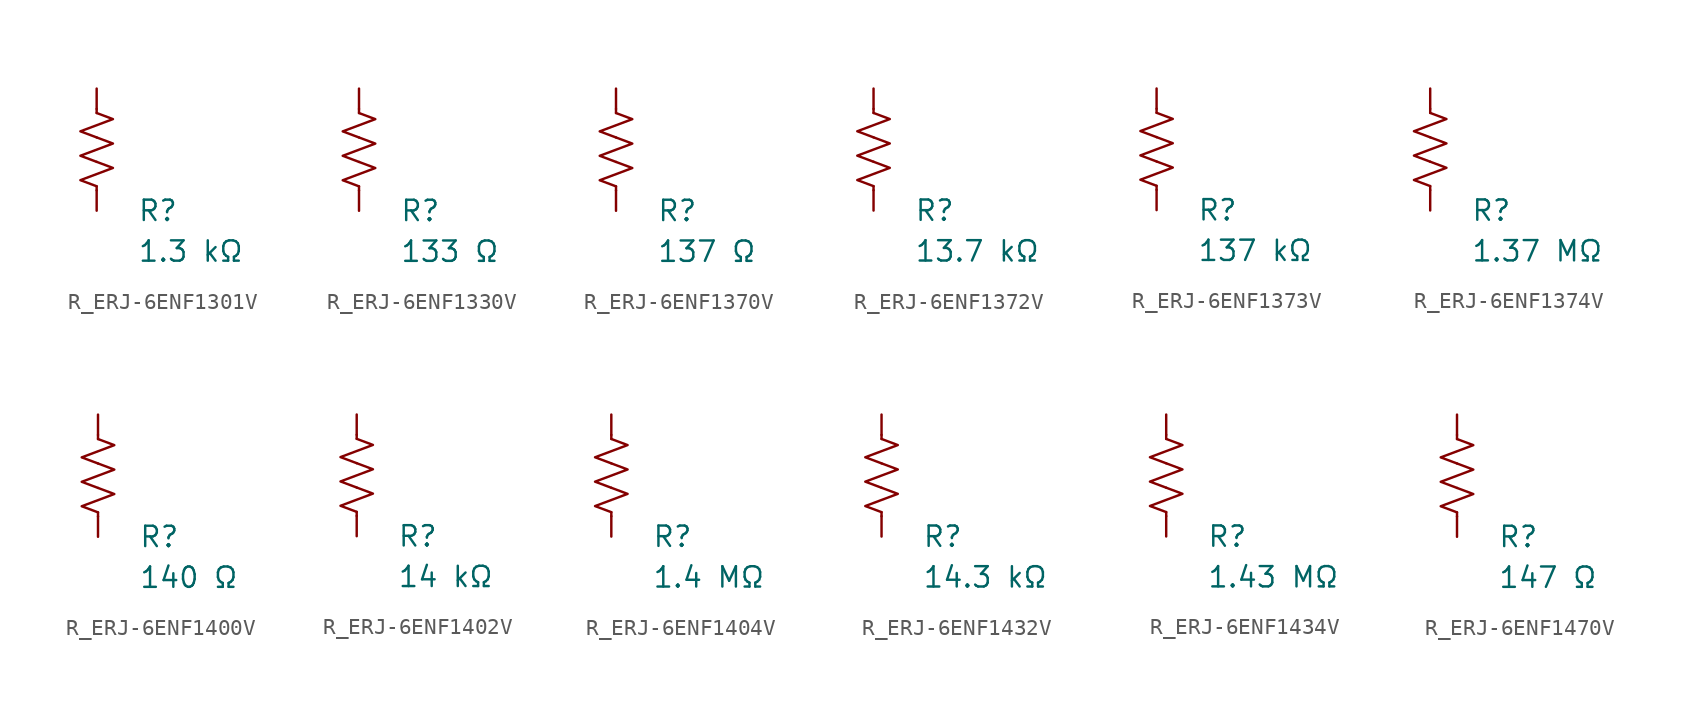
<source format=kicad_sym>
(kicad_symbol_lib
  (version 20231120)
  (generator "kicad_symbol_editor")
  (generator_version "8.0")
  (symbol "R_ERJ-6ENF1301V"
    (pin_numbers hide)
    (pin_names
      (offset 0))
    (property "Reference" "R"
      (at 2.54 -3.81 0)
      (effects (font (size 1.27 1.27)) (justify left))
      (show_name no))
    (property "Value" "1.3 kΩ"
      (at 2.54 -6.35 0)
      (effects (font (size 1.27 1.27)) (justify left))
      (show_name no))
    (symbol "R_ERJ-6ENF1301V_0_1"
      (polyline (pts (xy 0 -2.286) (xy 0 -2.54)) (stroke (width 0) (type default)) (fill (type none)))
      (polyline (pts (xy 0 2.286) (xy 0 2.54)) (stroke (width 0) (type default)) (fill (type none)))
      (polyline (pts (xy 0 -0.762) (xy 1.016 -1.143) (xy 0 -1.524) (xy -1.016 -1.905) (xy 0 -2.286)) (stroke (width 0) (type default)) (fill (type none)))
      (polyline (pts (xy 0 0.762) (xy 1.016 0.381) (xy 0 0) (xy -1.016 -0.381) (xy 0 -0.762)) (stroke (width 0) (type default)) (fill (type none)))
      (polyline (pts (xy 0 2.286) (xy 1.016 1.905) (xy 0 1.524) (xy -1.016 1.143) (xy 0 0.762)) (stroke (width 0) (type default)) (fill (type none))))
    (symbol "R_ERJ-6ENF1301V_1_1"
      (pin passive line (at 0 3.81 270) (length 1.27) (name "~" (effects (font (size 1.27 1.27)))) (number "1" (effects (font (size 1.27 1.27)))))
      (pin passive line (at 0 -3.81 90) (length 1.27) (name "~" (effects (font (size 1.27 1.27)))) (number "2" (effects (font (size 1.27 1.27)))))))
  (symbol "R_ERJ-6ENF1330V"
    (pin_numbers hide)
    (pin_names
      (offset 0))
    (property "Reference" "R"
      (at 2.54 -3.81 0)
      (effects (font (size 1.27 1.27)) (justify left))
      (show_name no))
    (property "Value" "133 Ω"
      (at 2.54 -6.35 0)
      (effects (font (size 1.27 1.27)) (justify left))
      (show_name no))
    (symbol "R_ERJ-6ENF1330V_0_1"
      (polyline (pts (xy 0 -2.286) (xy 0 -2.54)) (stroke (width 0) (type default)) (fill (type none)))
      (polyline (pts (xy 0 2.286) (xy 0 2.54)) (stroke (width 0) (type default)) (fill (type none)))
      (polyline (pts (xy 0 -0.762) (xy 1.016 -1.143) (xy 0 -1.524) (xy -1.016 -1.905) (xy 0 -2.286)) (stroke (width 0) (type default)) (fill (type none)))
      (polyline (pts (xy 0 0.762) (xy 1.016 0.381) (xy 0 0) (xy -1.016 -0.381) (xy 0 -0.762)) (stroke (width 0) (type default)) (fill (type none)))
      (polyline (pts (xy 0 2.286) (xy 1.016 1.905) (xy 0 1.524) (xy -1.016 1.143) (xy 0 0.762)) (stroke (width 0) (type default)) (fill (type none))))
    (symbol "R_ERJ-6ENF1330V_1_1"
      (pin passive line (at 0 3.81 270) (length 1.27) (name "~" (effects (font (size 1.27 1.27)))) (number "1" (effects (font (size 1.27 1.27)))))
      (pin passive line (at 0 -3.81 90) (length 1.27) (name "~" (effects (font (size 1.27 1.27)))) (number "2" (effects (font (size 1.27 1.27)))))))
  (symbol "R_ERJ-6ENF1370V"
    (pin_numbers hide)
    (pin_names
      (offset 0))
    (property "Reference" "R"
      (at 2.54 -3.81 0)
      (effects (font (size 1.27 1.27)) (justify left))
      (show_name no))
    (property "Value" "137 Ω"
      (at 2.54 -6.35 0)
      (effects (font (size 1.27 1.27)) (justify left))
      (show_name no))
    (symbol "R_ERJ-6ENF1370V_0_1"
      (polyline (pts (xy 0 -2.286) (xy 0 -2.54)) (stroke (width 0) (type default)) (fill (type none)))
      (polyline (pts (xy 0 2.286) (xy 0 2.54)) (stroke (width 0) (type default)) (fill (type none)))
      (polyline (pts (xy 0 -0.762) (xy 1.016 -1.143) (xy 0 -1.524) (xy -1.016 -1.905) (xy 0 -2.286)) (stroke (width 0) (type default)) (fill (type none)))
      (polyline (pts (xy 0 0.762) (xy 1.016 0.381) (xy 0 0) (xy -1.016 -0.381) (xy 0 -0.762)) (stroke (width 0) (type default)) (fill (type none)))
      (polyline (pts (xy 0 2.286) (xy 1.016 1.905) (xy 0 1.524) (xy -1.016 1.143) (xy 0 0.762)) (stroke (width 0) (type default)) (fill (type none))))
    (symbol "R_ERJ-6ENF1370V_1_1"
      (pin passive line (at 0 3.81 270) (length 1.27) (name "~" (effects (font (size 1.27 1.27)))) (number "1" (effects (font (size 1.27 1.27)))))
      (pin passive line (at 0 -3.81 90) (length 1.27) (name "~" (effects (font (size 1.27 1.27)))) (number "2" (effects (font (size 1.27 1.27)))))))
  (symbol "R_ERJ-6ENF1372V"
    (pin_numbers hide)
    (pin_names
      (offset 0))
    (property "Reference" "R"
      (at 2.54 -3.81 0)
      (effects (font (size 1.27 1.27)) (justify left))
      (show_name no))
    (property "Value" "13.7 kΩ"
      (at 2.54 -6.35 0)
      (effects (font (size 1.27 1.27)) (justify left))
      (show_name no))
    (symbol "R_ERJ-6ENF1372V_0_1"
      (polyline (pts (xy 0 -2.286) (xy 0 -2.54)) (stroke (width 0) (type default)) (fill (type none)))
      (polyline (pts (xy 0 2.286) (xy 0 2.54)) (stroke (width 0) (type default)) (fill (type none)))
      (polyline (pts (xy 0 -0.762) (xy 1.016 -1.143) (xy 0 -1.524) (xy -1.016 -1.905) (xy 0 -2.286)) (stroke (width 0) (type default)) (fill (type none)))
      (polyline (pts (xy 0 0.762) (xy 1.016 0.381) (xy 0 0) (xy -1.016 -0.381) (xy 0 -0.762)) (stroke (width 0) (type default)) (fill (type none)))
      (polyline (pts (xy 0 2.286) (xy 1.016 1.905) (xy 0 1.524) (xy -1.016 1.143) (xy 0 0.762)) (stroke (width 0) (type default)) (fill (type none))))
    (symbol "R_ERJ-6ENF1372V_1_1"
      (pin passive line (at 0 3.81 270) (length 1.27) (name "~" (effects (font (size 1.27 1.27)))) (number "1" (effects (font (size 1.27 1.27)))))
      (pin passive line (at 0 -3.81 90) (length 1.27) (name "~" (effects (font (size 1.27 1.27)))) (number "2" (effects (font (size 1.27 1.27)))))))
  (symbol "R_ERJ-6ENF1373V"
    (pin_numbers hide)
    (pin_names
      (offset 0))
    (property "Reference" "R"
      (at 2.54 -3.81 0)
      (effects (font (size 1.27 1.27)) (justify left))
      (show_name no))
    (property "Value" "137 kΩ"
      (at 2.54 -6.35 0)
      (effects (font (size 1.27 1.27)) (justify left))
      (show_name no))
    (symbol "R_ERJ-6ENF1373V_0_1"
      (polyline (pts (xy 0 -2.286) (xy 0 -2.54)) (stroke (width 0) (type default)) (fill (type none)))
      (polyline (pts (xy 0 2.286) (xy 0 2.54)) (stroke (width 0) (type default)) (fill (type none)))
      (polyline (pts (xy 0 -0.762) (xy 1.016 -1.143) (xy 0 -1.524) (xy -1.016 -1.905) (xy 0 -2.286)) (stroke (width 0) (type default)) (fill (type none)))
      (polyline (pts (xy 0 0.762) (xy 1.016 0.381) (xy 0 0) (xy -1.016 -0.381) (xy 0 -0.762)) (stroke (width 0) (type default)) (fill (type none)))
      (polyline (pts (xy 0 2.286) (xy 1.016 1.905) (xy 0 1.524) (xy -1.016 1.143) (xy 0 0.762)) (stroke (width 0) (type default)) (fill (type none))))
    (symbol "R_ERJ-6ENF1373V_1_1"
      (pin passive line (at 0 3.81 270) (length 1.27) (name "~" (effects (font (size 1.27 1.27)))) (number "1" (effects (font (size 1.27 1.27)))))
      (pin passive line (at 0 -3.81 90) (length 1.27) (name "~" (effects (font (size 1.27 1.27)))) (number "2" (effects (font (size 1.27 1.27)))))))
  (symbol "R_ERJ-6ENF1374V"
    (pin_numbers hide)
    (pin_names
      (offset 0))
    (property "Reference" "R"
      (at 2.54 -3.81 0)
      (effects (font (size 1.27 1.27)) (justify left))
      (show_name no))
    (property "Value" "1.37 MΩ"
      (at 2.54 -6.35 0)
      (effects (font (size 1.27 1.27)) (justify left))
      (show_name no))
    (symbol "R_ERJ-6ENF1374V_0_1"
      (polyline (pts (xy 0 -2.286) (xy 0 -2.54)) (stroke (width 0) (type default)) (fill (type none)))
      (polyline (pts (xy 0 2.286) (xy 0 2.54)) (stroke (width 0) (type default)) (fill (type none)))
      (polyline (pts (xy 0 -0.762) (xy 1.016 -1.143) (xy 0 -1.524) (xy -1.016 -1.905) (xy 0 -2.286)) (stroke (width 0) (type default)) (fill (type none)))
      (polyline (pts (xy 0 0.762) (xy 1.016 0.381) (xy 0 0) (xy -1.016 -0.381) (xy 0 -0.762)) (stroke (width 0) (type default)) (fill (type none)))
      (polyline (pts (xy 0 2.286) (xy 1.016 1.905) (xy 0 1.524) (xy -1.016 1.143) (xy 0 0.762)) (stroke (width 0) (type default)) (fill (type none))))
    (symbol "R_ERJ-6ENF1374V_1_1"
      (pin passive line (at 0 3.81 270) (length 1.27) (name "~" (effects (font (size 1.27 1.27)))) (number "1" (effects (font (size 1.27 1.27)))))
      (pin passive line (at 0 -3.81 90) (length 1.27) (name "~" (effects (font (size 1.27 1.27)))) (number "2" (effects (font (size 1.27 1.27)))))))
  (symbol "R_ERJ-6ENF1400V"
    (pin_numbers hide)
    (pin_names
      (offset 0))
    (property "Reference" "R"
      (at 2.54 -3.81 0)
      (effects (font (size 1.27 1.27)) (justify left))
      (show_name no))
    (property "Value" "140 Ω"
      (at 2.54 -6.35 0)
      (effects (font (size 1.27 1.27)) (justify left))
      (show_name no))
    (symbol "R_ERJ-6ENF1400V_0_1"
      (polyline (pts (xy 0 -2.286) (xy 0 -2.54)) (stroke (width 0) (type default)) (fill (type none)))
      (polyline (pts (xy 0 2.286) (xy 0 2.54)) (stroke (width 0) (type default)) (fill (type none)))
      (polyline (pts (xy 0 -0.762) (xy 1.016 -1.143) (xy 0 -1.524) (xy -1.016 -1.905) (xy 0 -2.286)) (stroke (width 0) (type default)) (fill (type none)))
      (polyline (pts (xy 0 0.762) (xy 1.016 0.381) (xy 0 0) (xy -1.016 -0.381) (xy 0 -0.762)) (stroke (width 0) (type default)) (fill (type none)))
      (polyline (pts (xy 0 2.286) (xy 1.016 1.905) (xy 0 1.524) (xy -1.016 1.143) (xy 0 0.762)) (stroke (width 0) (type default)) (fill (type none))))
    (symbol "R_ERJ-6ENF1400V_1_1"
      (pin passive line (at 0 3.81 270) (length 1.27) (name "~" (effects (font (size 1.27 1.27)))) (number "1" (effects (font (size 1.27 1.27)))))
      (pin passive line (at 0 -3.81 90) (length 1.27) (name "~" (effects (font (size 1.27 1.27)))) (number "2" (effects (font (size 1.27 1.27)))))))
  (symbol "R_ERJ-6ENF1402V"
    (pin_numbers hide)
    (pin_names
      (offset 0))
    (property "Reference" "R"
      (at 2.54 -3.81 0)
      (effects (font (size 1.27 1.27)) (justify left))
      (show_name no))
    (property "Value" "14 kΩ"
      (at 2.54 -6.35 0)
      (effects (font (size 1.27 1.27)) (justify left))
      (show_name no))
    (symbol "R_ERJ-6ENF1402V_0_1"
      (polyline (pts (xy 0 -2.286) (xy 0 -2.54)) (stroke (width 0) (type default)) (fill (type none)))
      (polyline (pts (xy 0 2.286) (xy 0 2.54)) (stroke (width 0) (type default)) (fill (type none)))
      (polyline (pts (xy 0 -0.762) (xy 1.016 -1.143) (xy 0 -1.524) (xy -1.016 -1.905) (xy 0 -2.286)) (stroke (width 0) (type default)) (fill (type none)))
      (polyline (pts (xy 0 0.762) (xy 1.016 0.381) (xy 0 0) (xy -1.016 -0.381) (xy 0 -0.762)) (stroke (width 0) (type default)) (fill (type none)))
      (polyline (pts (xy 0 2.286) (xy 1.016 1.905) (xy 0 1.524) (xy -1.016 1.143) (xy 0 0.762)) (stroke (width 0) (type default)) (fill (type none))))
    (symbol "R_ERJ-6ENF1402V_1_1"
      (pin passive line (at 0 3.81 270) (length 1.27) (name "~" (effects (font (size 1.27 1.27)))) (number "1" (effects (font (size 1.27 1.27)))))
      (pin passive line (at 0 -3.81 90) (length 1.27) (name "~" (effects (font (size 1.27 1.27)))) (number "2" (effects (font (size 1.27 1.27)))))))
  (symbol "R_ERJ-6ENF1404V"
    (pin_numbers hide)
    (pin_names
      (offset 0))
    (property "Reference" "R"
      (at 2.54 -3.81 0)
      (effects (font (size 1.27 1.27)) (justify left))
      (show_name no))
    (property "Value" "1.4 MΩ"
      (at 2.54 -6.35 0)
      (effects (font (size 1.27 1.27)) (justify left))
      (show_name no))
    (symbol "R_ERJ-6ENF1404V_0_1"
      (polyline (pts (xy 0 -2.286) (xy 0 -2.54)) (stroke (width 0) (type default)) (fill (type none)))
      (polyline (pts (xy 0 2.286) (xy 0 2.54)) (stroke (width 0) (type default)) (fill (type none)))
      (polyline (pts (xy 0 -0.762) (xy 1.016 -1.143) (xy 0 -1.524) (xy -1.016 -1.905) (xy 0 -2.286)) (stroke (width 0) (type default)) (fill (type none)))
      (polyline (pts (xy 0 0.762) (xy 1.016 0.381) (xy 0 0) (xy -1.016 -0.381) (xy 0 -0.762)) (stroke (width 0) (type default)) (fill (type none)))
      (polyline (pts (xy 0 2.286) (xy 1.016 1.905) (xy 0 1.524) (xy -1.016 1.143) (xy 0 0.762)) (stroke (width 0) (type default)) (fill (type none))))
    (symbol "R_ERJ-6ENF1404V_1_1"
      (pin passive line (at 0 3.81 270) (length 1.27) (name "~" (effects (font (size 1.27 1.27)))) (number "1" (effects (font (size 1.27 1.27)))))
      (pin passive line (at 0 -3.81 90) (length 1.27) (name "~" (effects (font (size 1.27 1.27)))) (number "2" (effects (font (size 1.27 1.27)))))))
  (symbol "R_ERJ-6ENF1432V"
    (pin_numbers hide)
    (pin_names
      (offset 0))
    (property "Reference" "R"
      (at 2.54 -3.81 0)
      (effects (font (size 1.27 1.27)) (justify left))
      (show_name no))
    (property "Value" "14.3 kΩ"
      (at 2.54 -6.35 0)
      (effects (font (size 1.27 1.27)) (justify left))
      (show_name no))
    (symbol "R_ERJ-6ENF1432V_0_1"
      (polyline (pts (xy 0 -2.286) (xy 0 -2.54)) (stroke (width 0) (type default)) (fill (type none)))
      (polyline (pts (xy 0 2.286) (xy 0 2.54)) (stroke (width 0) (type default)) (fill (type none)))
      (polyline (pts (xy 0 -0.762) (xy 1.016 -1.143) (xy 0 -1.524) (xy -1.016 -1.905) (xy 0 -2.286)) (stroke (width 0) (type default)) (fill (type none)))
      (polyline (pts (xy 0 0.762) (xy 1.016 0.381) (xy 0 0) (xy -1.016 -0.381) (xy 0 -0.762)) (stroke (width 0) (type default)) (fill (type none)))
      (polyline (pts (xy 0 2.286) (xy 1.016 1.905) (xy 0 1.524) (xy -1.016 1.143) (xy 0 0.762)) (stroke (width 0) (type default)) (fill (type none))))
    (symbol "R_ERJ-6ENF1432V_1_1"
      (pin passive line (at 0 3.81 270) (length 1.27) (name "~" (effects (font (size 1.27 1.27)))) (number "1" (effects (font (size 1.27 1.27)))))
      (pin passive line (at 0 -3.81 90) (length 1.27) (name "~" (effects (font (size 1.27 1.27)))) (number "2" (effects (font (size 1.27 1.27)))))))
  (symbol "R_ERJ-6ENF1434V"
    (pin_numbers hide)
    (pin_names
      (offset 0))
    (property "Reference" "R"
      (at 2.54 -3.81 0)
      (effects (font (size 1.27 1.27)) (justify left))
      (show_name no))
    (property "Value" "1.43 MΩ"
      (at 2.54 -6.35 0)
      (effects (font (size 1.27 1.27)) (justify left))
      (show_name no))
    (symbol "R_ERJ-6ENF1434V_0_1"
      (polyline (pts (xy 0 -2.286) (xy 0 -2.54)) (stroke (width 0) (type default)) (fill (type none)))
      (polyline (pts (xy 0 2.286) (xy 0 2.54)) (stroke (width 0) (type default)) (fill (type none)))
      (polyline (pts (xy 0 -0.762) (xy 1.016 -1.143) (xy 0 -1.524) (xy -1.016 -1.905) (xy 0 -2.286)) (stroke (width 0) (type default)) (fill (type none)))
      (polyline (pts (xy 0 0.762) (xy 1.016 0.381) (xy 0 0) (xy -1.016 -0.381) (xy 0 -0.762)) (stroke (width 0) (type default)) (fill (type none)))
      (polyline (pts (xy 0 2.286) (xy 1.016 1.905) (xy 0 1.524) (xy -1.016 1.143) (xy 0 0.762)) (stroke (width 0) (type default)) (fill (type none))))
    (symbol "R_ERJ-6ENF1434V_1_1"
      (pin passive line (at 0 3.81 270) (length 1.27) (name "~" (effects (font (size 1.27 1.27)))) (number "1" (effects (font (size 1.27 1.27)))))
      (pin passive line (at 0 -3.81 90) (length 1.27) (name "~" (effects (font (size 1.27 1.27)))) (number "2" (effects (font (size 1.27 1.27)))))))
  (symbol "R_ERJ-6ENF1470V"
    (pin_numbers hide)
    (pin_names
      (offset 0))
    (property "Reference" "R"
      (at 2.54 -3.81 0)
      (effects (font (size 1.27 1.27)) (justify left))
      (show_name no))
    (property "Value" "147 Ω"
      (at 2.54 -6.35 0)
      (effects (font (size 1.27 1.27)) (justify left))
      (show_name no))
    (symbol "R_ERJ-6ENF1470V_0_1"
      (polyline (pts (xy 0 -2.286) (xy 0 -2.54)) (stroke (width 0) (type default)) (fill (type none)))
      (polyline (pts (xy 0 2.286) (xy 0 2.54)) (stroke (width 0) (type default)) (fill (type none)))
      (polyline (pts (xy 0 -0.762) (xy 1.016 -1.143) (xy 0 -1.524) (xy -1.016 -1.905) (xy 0 -2.286)) (stroke (width 0) (type default)) (fill (type none)))
      (polyline (pts (xy 0 0.762) (xy 1.016 0.381) (xy 0 0) (xy -1.016 -0.381) (xy 0 -0.762)) (stroke (width 0) (type default)) (fill (type none)))
      (polyline (pts (xy 0 2.286) (xy 1.016 1.905) (xy 0 1.524) (xy -1.016 1.143) (xy 0 0.762)) (stroke (width 0) (type default)) (fill (type none))))
    (symbol "R_ERJ-6ENF1470V_1_1"
      (pin passive line (at 0 3.81 270) (length 1.27) (name "~" (effects (font (size 1.27 1.27)))) (number "1" (effects (font (size 1.27 1.27)))))
      (pin passive line (at 0 -3.81 90) (length 1.27) (name "~" (effects (font (size 1.27 1.27)))) (number "2" (effects (font (size 1.27 1.27))))))))
</source>
